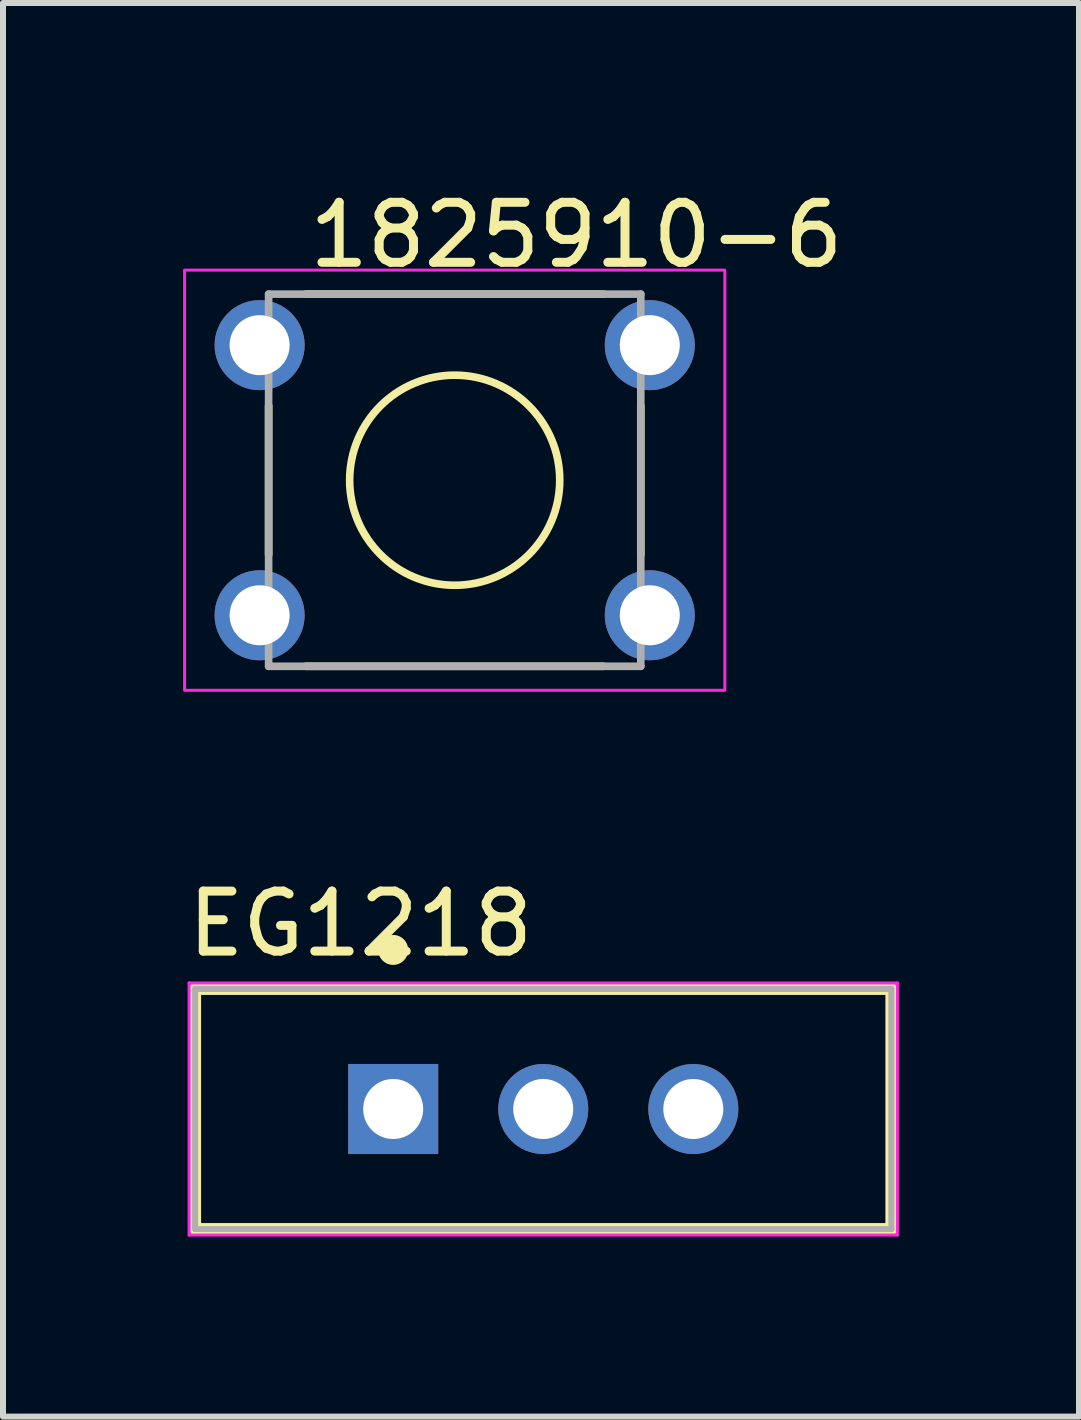
<source format=kicad_pcb>
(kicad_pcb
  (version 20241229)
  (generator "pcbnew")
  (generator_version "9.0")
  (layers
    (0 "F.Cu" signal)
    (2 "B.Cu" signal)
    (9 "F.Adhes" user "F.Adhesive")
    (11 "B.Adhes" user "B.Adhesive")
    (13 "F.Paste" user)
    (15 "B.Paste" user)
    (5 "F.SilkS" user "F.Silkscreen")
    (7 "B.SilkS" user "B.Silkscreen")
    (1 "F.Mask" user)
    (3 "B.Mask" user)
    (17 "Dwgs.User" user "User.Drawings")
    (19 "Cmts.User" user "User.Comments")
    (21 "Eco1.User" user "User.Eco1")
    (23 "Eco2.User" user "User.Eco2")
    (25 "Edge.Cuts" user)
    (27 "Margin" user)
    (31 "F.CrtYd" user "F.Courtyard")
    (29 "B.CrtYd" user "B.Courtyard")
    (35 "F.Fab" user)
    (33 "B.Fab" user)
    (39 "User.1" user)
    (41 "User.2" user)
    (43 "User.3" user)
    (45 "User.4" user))
  (footprint "1825910-6"
    (layer "F.Cu")
    (at 4.525 4.95)
    (property "Reference" "1825910-6" (at -2.5 -3.5 0) (unlocked yes) (layer "F.SilkS") (effects (font (size 1 1) (thickness 0.15)) (justify left bottom)))
    (attr through_hole)
    (fp_line (start -3.1 -1.24) (end -3.1 1.24) (stroke (width 0.127) (type solid)) (layer "F.SilkS"))
    (fp_line (start 2.48 -3.1) (end -2.48 -3.1) (stroke (width 0.127) (type solid)) (layer "F.SilkS"))
    (fp_line (start 2.48 3.1) (end -2.48 3.1) (stroke (width 0.127) (type solid)) (layer "F.SilkS"))
    (fp_line (start 3.1 -1.24) (end 3.1 1.24) (stroke (width 0.127) (type solid)) (layer "F.SilkS"))
    (fp_circle (center 0 -0.000002) (end 0 1.75) (stroke (width 0.127) (type solid)) (fill no) (layer "F.SilkS"))
    (fp_rect (start -4.5 -3.5) (end 4.5 3.5) (stroke (width 0.05) (type solid)) (fill no) (layer "F.CrtYd"))
    (fp_line (start -3.1 -3.1) (end -3.1 3.1) (stroke (width 0.127) (type solid)) (layer "F.Fab"))
    (fp_line (start 3.1 -3.1) (end -3.1 -3.1) (stroke (width 0.127) (type solid)) (layer "F.Fab"))
    (fp_line (start 3.1 -3.1) (end 3.1 3.1) (stroke (width 0.127) (type solid)) (layer "F.Fab"))
    (fp_line (start 3.1 3.1) (end -3.1 3.1) (stroke (width 0.127) (type solid)) (layer "F.Fab"))
    (pad "1" thru_hole circle (at -3.25 -2.25) (size 1.5 1.5) (drill 1) (layers "*.Cu" "*.Mask"))
    (pad "2" thru_hole circle (at 3.25 -2.25) (size 1.5 1.5) (drill 1) (layers "*.Cu" "*.Mask"))
    (pad "3" thru_hole circle (at 3.25 2.25) (size 1.5 1.5) (drill 1) (layers "*.Cu" "*.Mask"))
    (pad "4" thru_hole circle (at -3.25 2.25) (size 1.5 1.5) (drill 1) (layers "*.Cu" "*.Mask")))
  (footprint "EG1218"
    (layer "F.Cu")
    (at 6 15.425)
    (property "Reference" "EG1218" (at -6 -2.5 0) (unlocked yes) (layer "F.SilkS") (effects (font (size 1 1) (thickness 0.15)) (justify left bottom)))
    (attr through_hole)
    (fp_line (start -5.8 -2) (end -5.8 2) (stroke (width 0.2) (type solid)) (layer "F.SilkS"))
    (fp_line (start 5.8 -2) (end -5.8 -2) (stroke (width 0.2) (type solid)) (layer "F.SilkS"))
    (fp_line (start 5.8 -2) (end 5.8 2) (stroke (width 0.2) (type solid)) (layer "F.SilkS"))
    (fp_line (start 5.8 2) (end -5.8 2) (stroke (width 0.2) (type solid)) (layer "F.SilkS"))
    (fp_circle (center -2.5 -2.65) (end -2.5 -2.525) (stroke (width 0.25) (type solid)) (fill no) (layer "F.SilkS"))
    (fp_line (start 0 -0.5) (end 0 0.5) (stroke (width 0.1) (type solid)) (layer "Eco1.User"))
    (fp_line (start 0.5 0) (end -0.5 0) (stroke (width 0.1) (type solid)) (layer "Eco1.User"))
    (fp_line (start -5.9 -2.1) (end -5.9 2.1) (stroke (width 0.05) (type solid)) (layer "F.CrtYd"))
    (fp_line (start 5.9 -2.1) (end -5.9 -2.1) (stroke (width 0.05) (type solid)) (layer "F.CrtYd"))
    (fp_line (start 5.9 -2.1) (end 5.9 2.1) (stroke (width 0.05) (type solid)) (layer "F.CrtYd"))
    (fp_line (start 5.9 2.1) (end -5.9 2.1) (stroke (width 0.05) (type solid)) (layer "F.CrtYd"))
    (fp_line (start -5.8 -2) (end -5.8 2) (stroke (width 0.1) (type solid)) (layer "F.Fab"))
    (fp_line (start 5.8 -2) (end -5.8 -2) (stroke (width 0.1) (type solid)) (layer "F.Fab"))
    (fp_line (start 5.8 -2) (end 5.8 2) (stroke (width 0.1) (type solid)) (layer "F.Fab"))
    (fp_line (start 5.8 2) (end -5.8 2) (stroke (width 0.1) (type solid)) (layer "F.Fab"))
    (pad "1" thru_hole rect (at -2.5 0) (size 1.5 1.5) (drill 1) (layers "*.Cu" "*.Mask"))
    (pad "2" thru_hole circle (at 0 0) (size 1.5 1.5) (drill 1) (layers "*.Cu" "*.Mask"))
    (pad "3" thru_hole circle (at 2.5 0) (size 1.5 1.5) (drill 1) (layers "*.Cu" "*.Mask")))
  (gr_rect
    (start -3 -3)
    (end 14.925 20.55)
    (stroke (width 0.1) (type default))
    (fill no)
    (layer "Edge.Cuts")))
</source>
